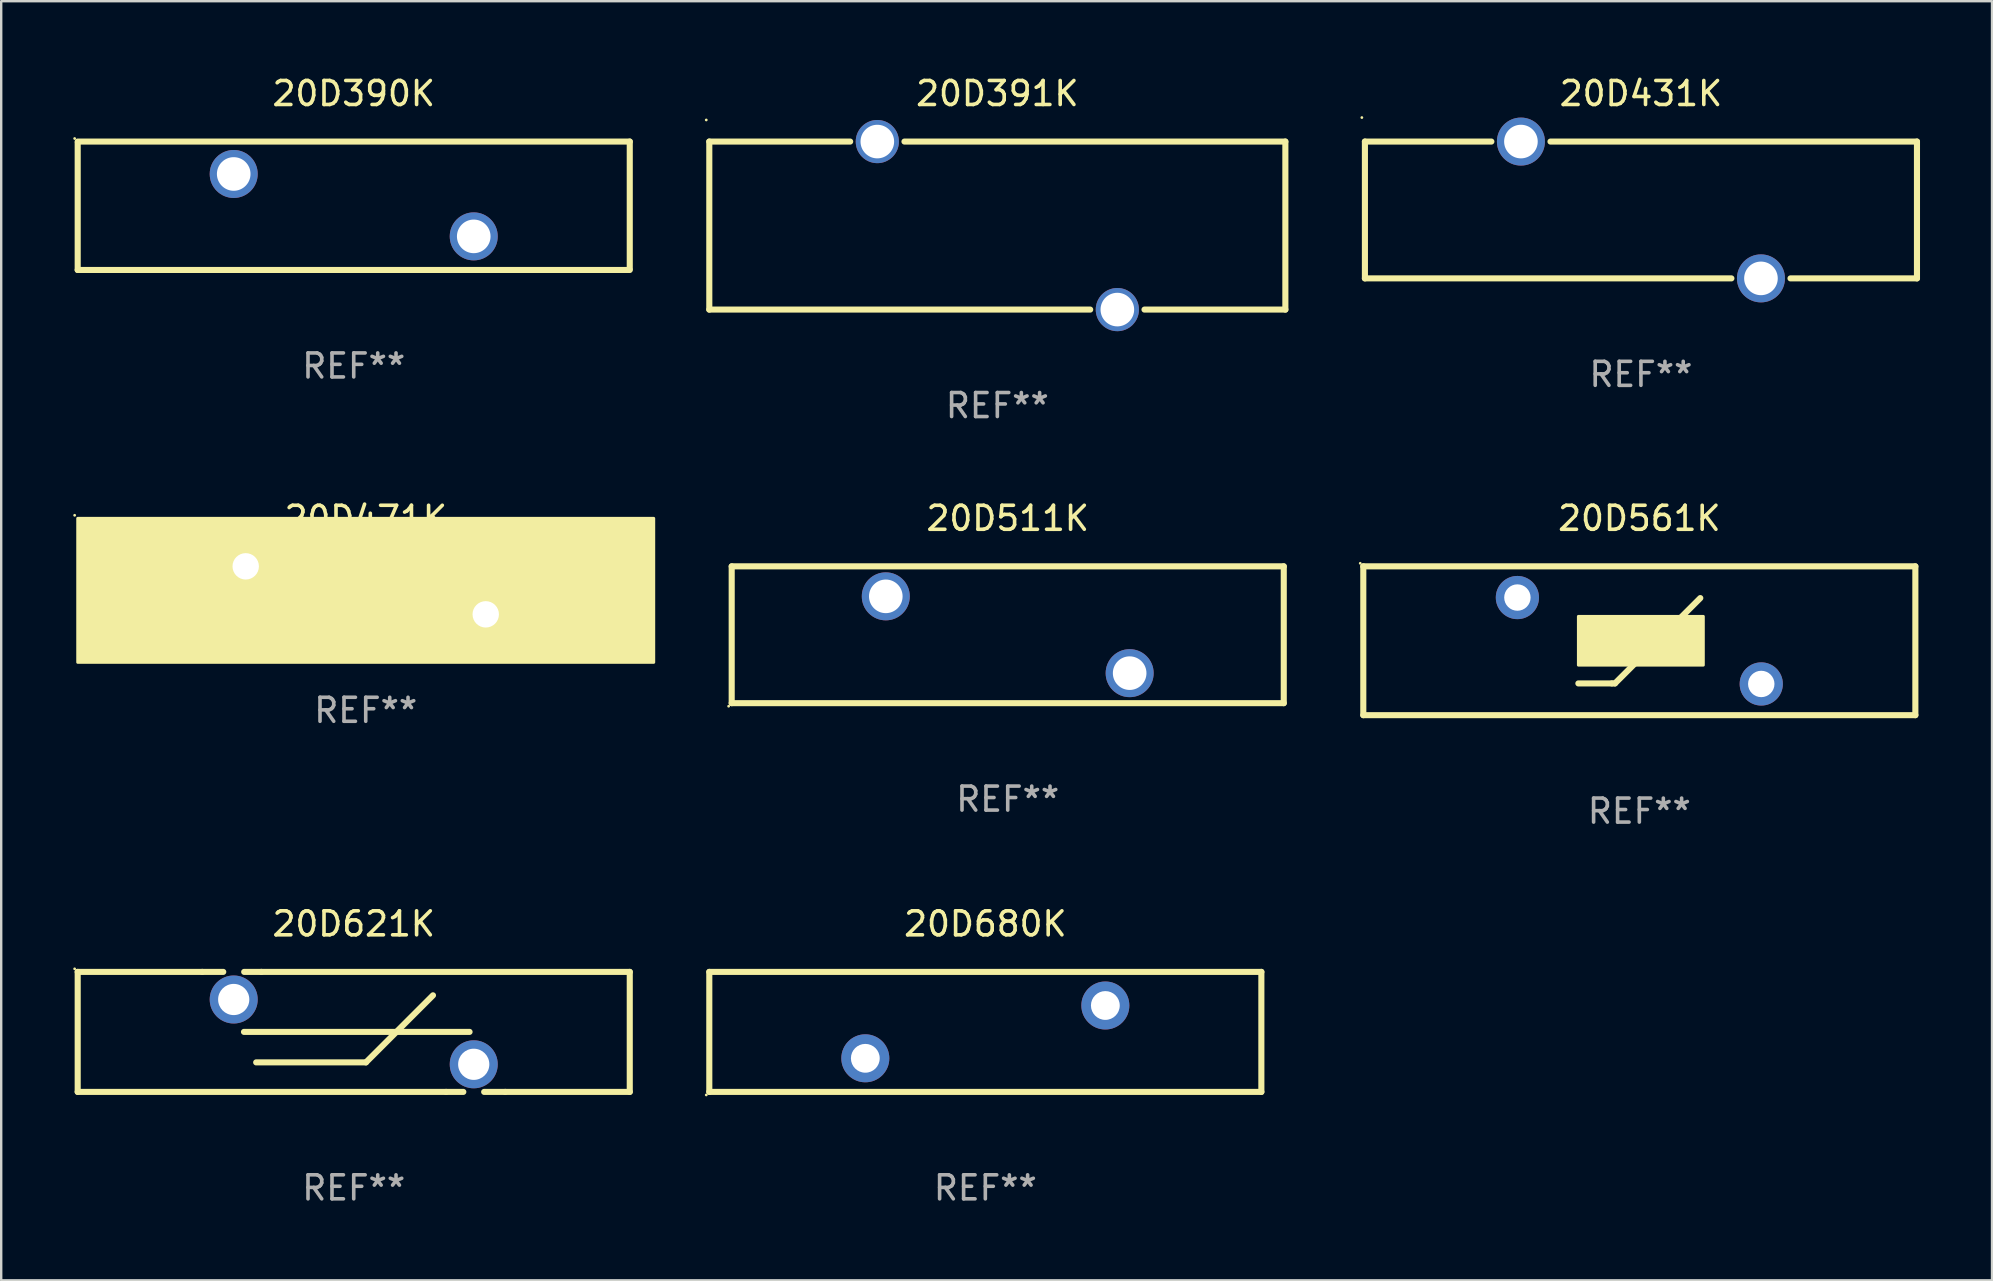
<source format=kicad_pcb>
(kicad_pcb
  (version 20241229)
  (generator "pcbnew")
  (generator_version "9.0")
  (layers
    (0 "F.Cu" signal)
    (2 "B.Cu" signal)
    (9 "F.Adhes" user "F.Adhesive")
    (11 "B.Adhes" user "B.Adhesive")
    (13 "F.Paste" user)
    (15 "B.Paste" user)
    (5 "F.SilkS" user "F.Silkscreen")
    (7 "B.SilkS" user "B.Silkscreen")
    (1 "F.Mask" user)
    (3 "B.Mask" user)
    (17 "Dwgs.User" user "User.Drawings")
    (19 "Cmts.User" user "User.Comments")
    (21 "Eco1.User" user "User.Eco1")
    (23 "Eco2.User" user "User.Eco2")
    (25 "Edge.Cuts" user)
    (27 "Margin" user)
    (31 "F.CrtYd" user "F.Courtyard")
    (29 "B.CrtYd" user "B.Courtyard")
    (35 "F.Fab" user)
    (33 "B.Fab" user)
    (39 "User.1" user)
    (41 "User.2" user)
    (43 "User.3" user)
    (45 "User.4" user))
  (footprint "20D680K"
    (layer "F.Cu")
    (at 38.001 39.941)
    (property "Reference" "20D680K" (at 0 -4.5 0) (layer "F.SilkS") (effects (font (size 1 1) (thickness 0.15))))
    (attr through_hole)
    (fp_line (start -11.5 -2.5) (end -11.5 2.5) (stroke (width 0.254) (type solid)) (layer "F.SilkS"))
    (fp_line (start -11.5 2.5) (end 11.5 2.5) (stroke (width 0.254) (type solid)) (layer "F.SilkS"))
    (fp_line (start 11.5 2.5) (end 11.5 -2.5) (stroke (width 0.254) (type solid)) (layer "F.SilkS"))
    (fp_line (start 11.5 -2.5) (end -11.5 -2.5) (stroke (width 0.254) (type solid)) (layer "F.SilkS"))
    (fp_circle (center -11.627 2.627) (end -11.597 2.627) (stroke (width 0.06) (type solid)) (fill no) (layer "F.SilkS"))
    (fp_text user "REF**" (at 0 6.5 0) (layer "F.Fab") (effects (font (size 1 1) (thickness 0.15))))
    (pad "1" thru_hole circle (at -5 1.1) (size 2 2) (drill 1.2) (layers "*.Cu" "*.Mask"))
    (pad "2" thru_hole circle (at 5 -1.1) (size 2 2) (drill 1.2) (layers "*.Cu" "*.Mask")))
  (footprint "20D511K"
    (layer "F.Cu")
    (at 38.934 23.395)
    (property "Reference" "20D511K" (at 0 -4.85 0) (layer "F.SilkS") (effects (font (size 1 1) (thickness 0.15))))
    (attr through_hole)
    (fp_line (start -11.5 -2.85) (end 11.5 -2.85) (stroke (width 0.254) (type solid)) (layer "F.SilkS"))
    (fp_line (start -11.5 2.85) (end -11.5 -2.85) (stroke (width 0.254) (type solid)) (layer "F.SilkS"))
    (fp_line (start -11.5 2.85) (end 11.5 2.85) (stroke (width 0.254) (type solid)) (layer "F.SilkS"))
    (fp_line (start 11.5 -2.85) (end 11.5 2.85) (stroke (width 0.254) (type solid)) (layer "F.SilkS"))
    (fp_circle (center -11.627 2.977) (end -11.597 2.977) (stroke (width 0.06) (type solid)) (fill no) (layer "F.SilkS"))
    (fp_text user "REF**" (at 0 6.85 0) (layer "F.Fab") (effects (font (size 1 1) (thickness 0.15))))
    (pad "1" thru_hole circle (at -5.08 -1.6) (size 2 2) (drill 1.4) (layers "*.Cu" "*.Mask"))
    (pad "2" thru_hole circle (at 5.08 1.6) (size 2 2) (drill 1.4) (layers "*.Cu" "*.Mask")))
  (footprint "20D431K"
    (layer "F.Cu")
    (at 65.315 5.698)
    (property "Reference" "20D431K" (at 0 -4.85 0) (layer "F.SilkS") (effects (font (size 1 1) (thickness 0.15))))
    (attr through_hole)
    (fp_line (start -11.5 -2.85) (end -6.231 -2.85) (stroke (width 0.254) (type solid)) (layer "F.SilkS"))
    (fp_line (start -11.5 2.85) (end -11.5 -2.85) (stroke (width 0.254) (type solid)) (layer "F.SilkS"))
    (fp_line (start -3.769 -2.85) (end 11.5 -2.85) (stroke (width 0.254) (type solid)) (layer "F.SilkS"))
    (fp_line (start 3.769 2.85) (end -11.5 2.85) (stroke (width 0.254) (type solid)) (layer "F.SilkS"))
    (fp_line (start 11.5 -2.85) (end 11.5 2.85) (stroke (width 0.254) (type solid)) (layer "F.SilkS"))
    (fp_line (start 11.5 2.85) (end 6.231 2.85) (stroke (width 0.254) (type solid)) (layer "F.SilkS"))
    (fp_circle (center -11.627 -3.85) (end -11.597 -3.85) (stroke (width 0.06) (type solid)) (fill no) (layer "F.SilkS"))
    (fp_text user "REF**" (at 0 6.85 0) (layer "F.Fab") (effects (font (size 1 1) (thickness 0.15))))
    (pad "1" thru_hole circle (at -5 -2.85) (size 2 2) (drill 1.4) (layers "*.Cu" "*.Mask"))
    (pad "2" thru_hole circle (at 5 2.85) (size 2 2) (drill 1.4) (layers "*.Cu" "*.Mask")))
  (footprint "20D390K"
    (layer "F.Cu")
    (at 11.687 5.523)
    (property "Reference" "20D390K" (at 0 -4.675 0) (layer "F.SilkS") (effects (font (size 1 1) (thickness 0.15))))
    (attr through_hole)
    (fp_line (start -11.5 -2.675) (end 11.5 -2.675) (stroke (width 0.254) (type solid)) (layer "F.SilkS"))
    (fp_line (start -11.5 2.675) (end -11.5 -2.625) (stroke (width 0.254) (type solid)) (layer "F.SilkS"))
    (fp_line (start 11.5 -2.675) (end 11.5 2.625) (stroke (width 0.254) (type solid)) (layer "F.SilkS"))
    (fp_line (start 11.5 2.675) (end -11.5 2.675) (stroke (width 0.254) (type solid)) (layer "F.SilkS"))
    (fp_circle (center -11.627 -2.802) (end -11.597 -2.802) (stroke (width 0.06) (type solid)) (fill no) (layer "F.SilkS"))
    (fp_text user "REF**" (at 0 6.675 0) (layer "F.Fab") (effects (font (size 1 1) (thickness 0.15))))
    (pad "1" thru_hole circle (at -5 -1.325) (size 2 2) (drill 1.4) (layers "*.Cu" "*.Mask"))
    (pad "2" thru_hole circle (at 5 1.275) (size 2 2) (drill 1.4) (layers "*.Cu" "*.Mask")))
  (footprint "20D621K"
    (layer "F.Cu")
    (at 11.687 39.941)
    (property "Reference" "20D621K" (at 0 -4.5 0) (layer "F.SilkS") (effects (font (size 1 1) (thickness 0.15))))
    (attr through_hole)
    (fp_line (start -11.5 -2.5) (end -11.5 2.5) (stroke (width 0.254) (type solid)) (layer "F.SilkS"))
    (fp_line (start -11.5 -2.5) (end -6.311 -2.5) (stroke (width 0.254) (type solid)) (layer "F.SilkS"))
    (fp_line (start -11.5 2.5) (end 3.849 2.5) (stroke (width 0.254) (type solid)) (layer "F.SilkS"))
    (fp_line (start -6.311 -2.5) (end -5.436 -2.5) (stroke (width 0.254) (type solid)) (layer "F.SilkS"))
    (fp_line (start -4.572 -0.000279) (end 4.826 -0.000279) (stroke (width 0.254) (type solid)) (layer "F.SilkS"))
    (fp_line (start -4.564 -2.5) (end -3.849 -2.5) (stroke (width 0.254) (type solid)) (layer "F.SilkS"))
    (fp_line (start -4.064 1.27) (end 0.508 1.27) (stroke (width 0.254) (type solid)) (layer "F.SilkS"))
    (fp_line (start -3.849 -2.5) (end 11.5 -2.5) (stroke (width 0.254) (type solid)) (layer "F.SilkS"))
    (fp_line (start 0.508 1.27) (end 3.302 -1.524) (stroke (width 0.254) (type solid)) (layer "F.SilkS"))
    (fp_line (start 3.849 2.5) (end 4.566 2.5) (stroke (width 0.254) (type solid)) (layer "F.SilkS"))
    (fp_line (start 5.434 2.5) (end 6.311 2.5) (stroke (width 0.254) (type solid)) (layer "F.SilkS"))
    (fp_line (start 6.311 2.5) (end 11.5 2.5) (stroke (width 0.254) (type solid)) (layer "F.SilkS"))
    (fp_line (start 11.5 2.5) (end 11.5 -2.5) (stroke (width 0.254) (type solid)) (layer "F.SilkS"))
    (fp_circle (center -11.627 -2.627) (end -11.597 -2.627) (stroke (width 0.06) (type solid)) (fill no) (layer "F.SilkS"))
    (fp_text user "REF**" (at 0 6.5 0) (layer "F.Fab") (effects (font (size 1 1) (thickness 0.15))))
    (pad "1" thru_hole circle (at -5 -1.35) (size 2 2) (drill 1.3) (layers "*.Cu" "*.Mask"))
    (pad "2" thru_hole circle (at 5 1.35) (size 2 2) (drill 1.3) (layers "*.Cu" "*.Mask")))
  (footprint "20D471K"
    (layer "F.Cu")
    (at 12.187 21.545)
    (property "Reference" "20D471K" (at 0 -3 0) (layer "F.SilkS") (effects (font (size 1 1) (thickness 0.15))))
    (attr through_hole)
    (fp_circle (center -12.127 -3.127) (end -12.097 -3.127) (stroke (width 0.06) (type solid)) (fill no) (layer "F.SilkS"))
    (fp_poly (pts (xy -12 -3) (xy 12 -3) (xy 12 3) (xy -12 3)) (stroke (width 0.12) (type solid)) (fill yes) (layer "F.SilkS"))
    (fp_text user "REF**" (at 0 5 0) (layer "F.Fab") (effects (font (size 1 1) (thickness 0.15))))
    (pad "1" thru_hole circle (at -5 -1) (size 1.8 1.8) (drill 1.1) (layers "*.Cu" "*.Mask"))
    (pad "2" thru_hole circle (at 5 1) (size 1.8 1.8) (drill 1.1) (layers "*.Cu" "*.Mask")))
  (footprint "20D561K"
    (layer "F.Cu")
    (at 65.248 23.645)
    (property "Reference" "20D561K" (at 0 -5.1 0) (layer "F.SilkS") (effects (font (size 1 1) (thickness 0.15))))
    (attr through_hole)
    (fp_line (start -11.5 -3.1) (end 11.5 -3.1) (stroke (width 0.254) (type solid)) (layer "F.SilkS"))
    (fp_line (start -11.5 3.1) (end -11.5 -3.1) (stroke (width 0.254) (type solid)) (layer "F.SilkS"))
    (fp_line (start -2.54 1.778) (end -1.143 1.778) (stroke (width 0.254) (type solid)) (layer "F.SilkS"))
    (fp_line (start -1.143 1.778) (end -1.016 1.778) (stroke (width 0.254) (type solid)) (layer "F.SilkS"))
    (fp_line (start -1.016 1.778) (end 2.54 -1.778) (stroke (width 0.254) (type solid)) (layer "F.SilkS"))
    (fp_line (start 11.5 -3.1) (end 11.5 3.1) (stroke (width 0.254) (type solid)) (layer "F.SilkS"))
    (fp_line (start 11.5 3.1) (end -11.5 3.1) (stroke (width 0.254) (type solid)) (layer "F.SilkS"))
    (fp_circle (center -11.627 -3.227) (end -11.597 -3.227) (stroke (width 0.06) (type solid)) (fill no) (layer "F.SilkS"))
    (fp_poly (pts (xy -2.54 -1.016) (xy 2.667 -1.016) (xy 2.667 1.016) (xy -2.54 1.016)) (stroke (width 0.12) (type solid)) (fill yes) (layer "F.SilkS"))
    (fp_text user "REF**" (at 0 7.1 0) (layer "F.Fab") (effects (font (size 1 1) (thickness 0.15))))
    (pad "1" thru_hole circle (at -5.08 -1.8) (size 1.8 1.8) (drill 1.1) (layers "*.Cu" "*.Mask"))
    (pad "2" thru_hole circle (at 5.08 1.8) (size 1.8 1.8) (drill 1.1) (layers "*.Cu" "*.Mask")))
  (footprint "20D391K"
    (layer "F.Cu")
    (at 38.501 6.348)
    (property "Reference" "20D391K" (at 0 -5.5 0) (layer "F.SilkS") (effects (font (size 1 1) (thickness 0.15))))
    (attr through_hole)
    (fp_line (start -12 -3.5) (end -6.131 -3.5) (stroke (width 0.254) (type solid)) (layer "F.SilkS"))
    (fp_line (start -12 3.5) (end -12 -3.5) (stroke (width 0.254) (type solid)) (layer "F.SilkS"))
    (fp_line (start -3.869 -3.5) (end 12 -3.5) (stroke (width 0.254) (type solid)) (layer "F.SilkS"))
    (fp_line (start 3.869 3.5) (end -12 3.5) (stroke (width 0.254) (type solid)) (layer "F.SilkS"))
    (fp_line (start 12 -3.5) (end 12 3.5) (stroke (width 0.254) (type solid)) (layer "F.SilkS"))
    (fp_line (start 12 3.5) (end 6.131 3.5) (stroke (width 0.254) (type solid)) (layer "F.SilkS"))
    (fp_circle (center -12.127 -4.4) (end -12.097 -4.4) (stroke (width 0.06) (type solid)) (fill no) (layer "F.SilkS"))
    (fp_text user "REF**" (at 0 7.5 0) (layer "F.Fab") (effects (font (size 1 1) (thickness 0.15))))
    (pad "1" thru_hole circle (at -5 -3.5) (size 1.8 1.8) (drill 1.4) (layers "*.Cu" "*.Mask"))
    (pad "2" thru_hole circle (at 5 3.5) (size 1.8 1.8) (drill 1.4) (layers "*.Cu" "*.Mask")))
  (gr_rect
    (start -3 -3)
    (end 79.942 50.29)
    (stroke (width 0.1) (type default))
    (fill no)
    (layer "Edge.Cuts")))
</source>
